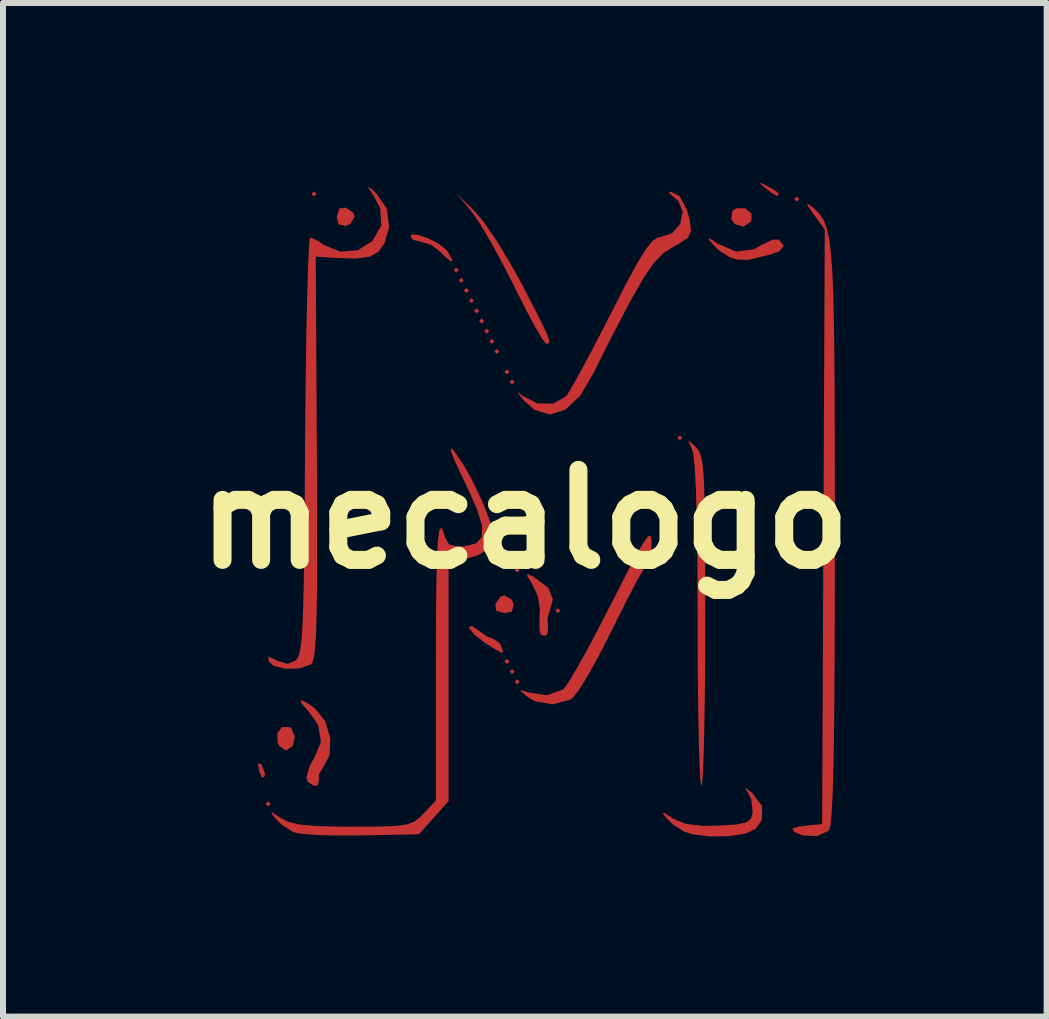
<source format=kicad_pcb>
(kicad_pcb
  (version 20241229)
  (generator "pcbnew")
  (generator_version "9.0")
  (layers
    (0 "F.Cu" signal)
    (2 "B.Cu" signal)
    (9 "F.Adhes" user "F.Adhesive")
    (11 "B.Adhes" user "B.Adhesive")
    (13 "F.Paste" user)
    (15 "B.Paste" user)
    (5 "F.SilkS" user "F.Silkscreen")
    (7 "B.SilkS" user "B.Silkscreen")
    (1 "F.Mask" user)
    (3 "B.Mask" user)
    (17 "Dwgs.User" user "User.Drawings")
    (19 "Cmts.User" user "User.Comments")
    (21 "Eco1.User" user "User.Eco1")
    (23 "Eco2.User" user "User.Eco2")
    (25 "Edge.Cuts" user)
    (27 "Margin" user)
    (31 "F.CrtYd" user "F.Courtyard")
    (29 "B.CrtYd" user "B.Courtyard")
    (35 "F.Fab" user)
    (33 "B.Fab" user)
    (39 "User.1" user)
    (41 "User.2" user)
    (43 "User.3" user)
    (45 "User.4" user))
  (footprint "mecalogo"
    (layer "F.Cu")
    (at 5.693 5.599)
    (property "Reference" "mecalogo" (at 0 0 0) (layer "F.SilkS") (effects (font (size 1.5 1.5) (thickness 0.3))))
    (attr board_only exclude_from_pos_files exclude_from_bom)
    (fp_poly (pts (xy -4.233 4.741) (xy -4.276 4.784) (xy -4.318 4.741) (xy -4.276 4.699)) (stroke (width 0) (type solid)) (fill yes) (layer "F.Cu"))
    (fp_poly (pts (xy -3.471 -5.419) (xy -3.514 -5.376) (xy -3.556 -5.419) (xy -3.514 -5.461)) (stroke (width 0) (type solid)) (fill yes) (layer "F.Cu"))
    (fp_poly (pts (xy -1.101 -4.149) (xy -1.143 -4.106) (xy -1.185 -4.149) (xy -1.143 -4.191)) (stroke (width 0) (type solid)) (fill yes) (layer "F.Cu"))
    (fp_poly (pts (xy -1.016 -3.979) (xy -1.058 -3.937) (xy -1.101 -3.979) (xy -1.058 -4.022)) (stroke (width 0) (type solid)) (fill yes) (layer "F.Cu"))
    (fp_poly (pts (xy -0.931 -3.81) (xy -0.974 -3.768) (xy -1.016 -3.81) (xy -0.974 -3.852)) (stroke (width 0) (type solid)) (fill yes) (layer "F.Cu"))
    (fp_poly (pts (xy -0.847 -3.641) (xy -0.889 -3.598) (xy -0.931 -3.641) (xy -0.889 -3.683)) (stroke (width 0) (type solid)) (fill yes) (layer "F.Cu"))
    (fp_poly (pts (xy -0.762 -3.471) (xy -0.804 -3.429) (xy -0.847 -3.471) (xy -0.804 -3.514)) (stroke (width 0) (type solid)) (fill yes) (layer "F.Cu"))
    (fp_poly (pts (xy -0.677 -3.302) (xy -0.72 -3.26) (xy -0.762 -3.302) (xy -0.72 -3.344)) (stroke (width 0) (type solid)) (fill yes) (layer "F.Cu"))
    (fp_poly (pts (xy -0.593 -3.133) (xy -0.635 -3.09) (xy -0.677 -3.133) (xy -0.635 -3.175)) (stroke (width 0) (type solid)) (fill yes) (layer "F.Cu"))
    (fp_poly (pts (xy -0.508 -2.963) (xy -0.55 -2.921) (xy -0.593 -2.963) (xy -0.55 -3.006)) (stroke (width 0) (type solid)) (fill yes) (layer "F.Cu"))
    (fp_poly (pts (xy -0.423 -2.794) (xy -0.466 -2.752) (xy -0.508 -2.794) (xy -0.466 -2.836)) (stroke (width 0) (type solid)) (fill yes) (layer "F.Cu"))
    (fp_poly (pts (xy -0.254 -2.455) (xy -0.296 -2.413) (xy -0.339 -2.455) (xy -0.296 -2.498)) (stroke (width 0) (type solid)) (fill yes) (layer "F.Cu"))
    (fp_poly (pts (xy -0.254 2.371) (xy -0.296 2.413) (xy -0.339 2.371) (xy -0.296 2.328)) (stroke (width 0) (type solid)) (fill yes) (layer "F.Cu"))
    (fp_poly (pts (xy -0.169 -2.286) (xy -0.212 -2.244) (xy -0.254 -2.286) (xy -0.212 -2.328)) (stroke (width 0) (type solid)) (fill yes) (layer "F.Cu"))
    (fp_poly (pts (xy -0.169 2.54) (xy -0.212 2.582) (xy -0.254 2.54) (xy -0.212 2.498)) (stroke (width 0) (type solid)) (fill yes) (layer "F.Cu"))
    (fp_poly (pts (xy -0.085 0.847) (xy -0.127 0.889) (xy -0.169 0.847) (xy -0.127 0.804)) (stroke (width 0) (type solid)) (fill yes) (layer "F.Cu"))
    (fp_poly (pts (xy -0.085 2.709) (xy -0.127 2.752) (xy -0.169 2.709) (xy -0.127 2.667)) (stroke (width 0) (type solid)) (fill yes) (layer "F.Cu"))
    (fp_poly (pts (xy 0.593 1.524) (xy 0.55 1.566) (xy 0.508 1.524) (xy 0.55 1.482)) (stroke (width 0) (type solid)) (fill yes) (layer "F.Cu"))
    (fp_poly (pts (xy 2.625 -1.355) (xy 2.582 -1.312) (xy 2.54 -1.355) (xy 2.582 -1.397)) (stroke (width 0) (type solid)) (fill yes) (layer "F.Cu"))
    (fp_poly (pts (xy 4.572 -5.334) (xy 4.53 -5.292) (xy 4.487 -5.334) (xy 4.53 -5.376)) (stroke (width 0) (type solid)) (fill yes) (layer "F.Cu"))
    (fp_poly (pts (xy -4.392 4.083) (xy -4.388 4.087) (xy -4.329 4.233) (xy -4.336 4.287) (xy -4.38 4.307) (xy -4.425 4.198) (xy -4.445 4.067)) (stroke (width 0) (type solid)) (fill yes) (layer "F.Cu"))
    (fp_poly (pts (xy -2.859 -5.107) (xy -2.836 -5.038) (xy -2.907 -4.918) (xy -2.985 -4.884) (xy -3.105 -4.914) (xy -3.133 -5.038) (xy -3.09 -5.177) (xy -2.985 -5.191)) (stroke (width 0) (type solid)) (fill yes) (layer "F.Cu"))
    (fp_poly (pts (xy -0.219 1.34) (xy -0.185 1.418) (xy -0.215 1.538) (xy -0.339 1.566) (xy -0.478 1.523) (xy -0.492 1.418) (xy -0.408 1.292) (xy -0.339 1.27)) (stroke (width 0) (type solid)) (fill yes) (layer "F.Cu"))
    (fp_poly (pts (xy 3.674 -5.178) (xy 3.778 -5.088) (xy 3.772 -4.96) (xy 3.642 -4.873) (xy 3.498 -4.915) (xy 3.439 -4.999) (xy 3.46 -5.136) (xy 3.521 -5.179)) (stroke (width 0) (type solid)) (fill yes) (layer "F.Cu"))
    (fp_poly (pts (xy 3.938 -5.597) (xy 4.043 -5.547) (xy 4.187 -5.464) (xy 4.233 -5.416) (xy 4.207 -5.38) (xy 4.105 -5.439) (xy 4.017 -5.508) (xy 3.908 -5.599)) (stroke (width 0) (type solid)) (fill yes) (layer "F.Cu"))
    (fp_poly (pts (xy -3.918 3.464) (xy -3.883 3.491) (xy -3.83 3.63) (xy -3.867 3.779) (xy -3.973 3.852) (xy -3.979 3.852) (xy -4.084 3.784) (xy -4.12 3.72) (xy -4.124 3.563) (xy -4.04 3.462)) (stroke (width 0) (type solid)) (fill yes) (layer "F.Cu"))
    (fp_poly (pts (xy -0.776 1.85) (xy -0.623 1.958) (xy -0.532 1.99) (xy -0.426 2.057) (xy -0.393 2.117) (xy -0.361 2.209) (xy -0.384 2.228) (xy -0.495 2.167) (xy -0.656 2.065) (xy -0.833 1.93) (xy -0.927 1.818) (xy -0.931 1.799) (xy -0.881 1.779)) (stroke (width 0) (type solid)) (fill yes) (layer "F.Cu"))
    (fp_poly (pts (xy -1.782 -4.737) (xy -1.619 -4.682) (xy -1.448 -4.596) (xy -1.317 -4.497) (xy -1.29 -4.465) (xy -1.206 -4.314) (xy -1.227 -4.287) (xy -1.343 -4.387) (xy -1.397 -4.445) (xy -1.566 -4.573) (xy -1.701 -4.614) (xy -1.854 -4.651) (xy -1.898 -4.688) (xy -1.891 -4.745)) (stroke (width 0) (type solid)) (fill yes) (layer "F.Cu"))
    (fp_poly (pts (xy 0.149 0.963) (xy 0.393 1.144) (xy 0.468 1.339) (xy 0.43 1.47) (xy 0.376 1.658) (xy 0.387 1.763) (xy 0.381 1.903) (xy 0.344 1.944) (xy 0.266 1.925) (xy 0.245 1.846) (xy 0.244 1.635) (xy 0.251 1.498) (xy 0.217 1.284) (xy 0.128 1.09) (xy 0.038 0.945) (xy 0.048 0.914)) (stroke (width 0) (type solid)) (fill yes) (layer "F.Cu"))
    (fp_poly (pts (xy 3.082 -4.678) (xy 3.215 -4.589) (xy 3.52 -4.458) (xy 3.814 -4.495) (xy 3.961 -4.577) (xy 4.128 -4.657) (xy 4.233 -4.657) (xy 4.315 -4.554) (xy 4.237 -4.461) (xy 4.085 -4.408) (xy 3.866 -4.355) (xy 3.725 -4.32) (xy 3.545 -4.324) (xy 3.426 -4.357) (xy 3.23 -4.481) (xy 3.13 -4.58) (xy 3.054 -4.68)) (stroke (width 0) (type solid)) (fill yes) (layer "F.Cu"))
    (fp_poly (pts (xy -3.613 3.07) (xy -3.49 3.158) (xy -3.323 3.371) (xy -3.24 3.648) (xy -3.251 3.923) (xy -3.341 4.103) (xy -3.432 4.255) (xy -3.432 4.355) (xy -3.448 4.432) (xy -3.509 4.445) (xy -3.619 4.376) (xy -3.638 4.297) (xy -3.586 4.113) (xy -3.511 3.984) (xy -3.396 3.71) (xy -3.443 3.426) (xy -3.594 3.213) (xy -3.726 3.062) (xy -3.729 3.013)) (stroke (width 0) (type solid)) (fill yes) (layer "F.Cu"))
    (fp_poly (pts (xy -0.828 -5.122) (xy -0.667 -4.927) (xy -0.46 -4.623) (xy -0.237 -4.254) (xy -0.051 -3.917) (xy 0.158 -3.514) (xy 0.298 -3.238) (xy 0.378 -3.064) (xy 0.409 -2.969) (xy 0.399 -2.929) (xy 0.359 -2.921) (xy 0.357 -2.921) (xy 0.296 -2.993) (xy 0.18 -3.188) (xy 0.024 -3.479) (xy -0.156 -3.835) (xy -0.172 -3.869) (xy -0.375 -4.267) (xy -0.578 -4.638) (xy -0.758 -4.939) (xy -0.883 -5.118) (xy -1.131 -5.419)) (stroke (width 0) (type solid)) (fill yes) (layer "F.Cu"))
    (fp_poly (pts (xy 3.726 4.51) (xy 3.79 4.564) (xy 3.953 4.781) (xy 3.951 5.004) (xy 3.846 5.159) (xy 3.679 5.236) (xy 3.408 5.28) (xy 3.096 5.286) (xy 2.803 5.252) (xy 2.664 5.211) (xy 2.467 5.086) (xy 2.368 4.99) (xy 2.293 4.893) (xy 2.321 4.892) (xy 2.468 4.985) (xy 2.673 5.074) (xy 2.954 5.109) (xy 3.23 5.105) (xy 3.525 5.086) (xy 3.69 5.051) (xy 3.768 4.986) (xy 3.795 4.885) (xy 3.772 4.667) (xy 3.712 4.546) (xy 3.663 4.471)) (stroke (width 0) (type solid)) (fill yes) (layer "F.Cu"))
    (fp_poly (pts (xy 2.756 -1.289) (xy 2.848 -1.203) (xy 2.891 -1.152) (xy 2.926 -1.08) (xy 2.953 -0.969) (xy 2.973 -0.801) (xy 2.987 -0.557) (xy 2.997 -0.219) (xy 3.002 0.23) (xy 3.005 0.809) (xy 3.006 1.535) (xy 3.006 1.697) (xy 3.004 2.36) (xy 2.998 2.965) (xy 2.99 3.493) (xy 2.979 3.923) (xy 2.966 4.237) (xy 2.952 4.413) (xy 2.942 4.445) (xy 2.927 4.364) (xy 2.913 4.133) (xy 2.9 3.773) (xy 2.891 3.304) (xy 2.883 2.745) (xy 2.879 2.118) (xy 2.879 1.73) (xy 2.876 0.836) (xy 2.867 0.108) (xy 2.852 -0.456) (xy 2.831 -0.857) (xy 2.804 -1.099) (xy 2.784 -1.17) (xy 2.724 -1.296)) (stroke (width 0) (type solid)) (fill yes) (layer "F.Cu"))
    (fp_poly (pts (xy 2.11 0.343) (xy 2.112 0.395) (xy 2.098 0.605) (xy 2.058 0.726) (xy 2.048 0.734) (xy 1.988 0.816) (xy 1.87 1.024) (xy 1.711 1.327) (xy 1.524 1.699) (xy 1.456 1.838) (xy 1.255 2.234) (xy 1.065 2.578) (xy 0.905 2.838) (xy 0.791 2.985) (xy 0.769 3.002) (xy 0.464 3.085) (xy 0.165 3.033) (xy 0.037 2.956) (xy -0.075 2.86) (xy -0.055 2.85) (xy 0.042 2.883) (xy 0.366 2.933) (xy 0.629 2.84) (xy 0.65 2.824) (xy 0.729 2.716) (xy 0.867 2.483) (xy 1.051 2.153) (xy 1.263 1.752) (xy 1.443 1.401) (xy 1.682 0.931) (xy 1.856 0.599) (xy 1.977 0.389) (xy 2.052 0.286) (xy 2.094 0.276)) (stroke (width 0) (type solid)) (fill yes) (layer "F.Cu"))
    (fp_poly (pts (xy 4.781 -5.207) (xy 4.86 -5.139) (xy 4.927 -5.064) (xy 4.984 -4.97) (xy 5.031 -4.843) (xy 5.069 -4.669) (xy 5.099 -4.436) (xy 5.122 -4.13) (xy 5.139 -3.738) (xy 5.15 -3.246) (xy 5.158 -2.641) (xy 5.162 -1.911) (xy 5.164 -1.041) (xy 5.165 -0.019) (xy 5.165 0.277) (xy 5.164 1.369) (xy 5.161 2.302) (xy 5.156 3.084) (xy 5.149 3.727) (xy 5.139 4.24) (xy 5.126 4.631) (xy 5.11 4.912) (xy 5.092 5.092) (xy 5.07 5.181) (xy 5.063 5.19) (xy 4.871 5.279) (xy 4.628 5.269) (xy 4.493 5.212) (xy 4.454 5.156) (xy 4.564 5.119) (xy 4.662 5.108) (xy 4.953 5.08) (xy 4.975 0.128) (xy 4.997 -4.825) (xy 4.811 -5.079) (xy 4.707 -5.229) (xy 4.708 -5.26)) (stroke (width 0) (type solid)) (fill yes) (layer "F.Cu"))
    (fp_poly (pts (xy 2.577 -5.382) (xy 2.7 -5.154) (xy 2.748 -4.979) (xy 2.77 -4.802) (xy 2.717 -4.688) (xy 2.553 -4.58) (xy 2.482 -4.543) (xy 2.307 -4.431) (xy 2.148 -4.267) (xy 1.978 -4.019) (xy 1.769 -3.652) (xy 1.756 -3.628) (xy 1.556 -3.249) (xy 1.361 -2.87) (xy 1.203 -2.552) (xy 1.152 -2.446) (xy 0.924 -2.059) (xy 0.674 -1.823) (xy 0.416 -1.743) (xy 0.158 -1.823) (xy -0.006 -1.968) (xy -0.115 -2.097) (xy -0.107 -2.109) (xy -0.036 -2.053) (xy 0.213 -1.928) (xy 0.473 -1.925) (xy 0.682 -2.044) (xy 0.691 -2.053) (xy 0.77 -2.177) (xy 0.908 -2.423) (xy 1.09 -2.762) (xy 1.301 -3.166) (xy 1.445 -3.449) (xy 1.692 -3.931) (xy 1.88 -4.277) (xy 2.023 -4.507) (xy 2.131 -4.64) (xy 2.218 -4.694) (xy 2.248 -4.698) (xy 2.457 -4.764) (xy 2.59 -4.923) (xy 2.63 -5.12) (xy 2.557 -5.303) (xy 2.477 -5.37) (xy 2.397 -5.438) (xy 2.424 -5.458)) (stroke (width 0) (type solid)) (fill yes) (layer "F.Cu"))
    (fp_poly (pts (xy -2.48 -5.435) (xy -2.3 -5.175) (xy -2.26 -4.86) (xy -2.338 -4.595) (xy -2.441 -4.451) (xy -2.591 -4.37) (xy -2.827 -4.341) (xy -3.189 -4.354) (xy -3.202 -4.355) (xy -3.483 -4.375) (xy -3.464 -1.015) (xy -3.461 -0.151) (xy -3.46 0.557) (xy -3.462 1.126) (xy -3.468 1.57) (xy -3.478 1.903) (xy -3.493 2.14) (xy -3.513 2.296) (xy -3.538 2.385) (xy -3.565 2.42) (xy -3.757 2.485) (xy -3.985 2.492) (xy -4.179 2.447) (xy -4.263 2.372) (xy -4.277 2.291) (xy -4.195 2.32) (xy -4.145 2.35) (xy -3.96 2.41) (xy -3.831 2.361) (xy -3.794 2.327) (xy -3.764 2.267) (xy -3.739 2.164) (xy -3.719 2.003) (xy -3.704 1.769) (xy -3.691 1.446) (xy -3.682 1.019) (xy -3.674 0.471) (xy -3.668 -0.212) (xy -3.662 -1.045) (xy -3.661 -1.216) (xy -3.655 -1.965) (xy -3.646 -2.659) (xy -3.636 -3.28) (xy -3.623 -3.81) (xy -3.61 -4.232) (xy -3.597 -4.527) (xy -3.583 -4.679) (xy -3.576 -4.696) (xy -3.467 -4.648) (xy -3.349 -4.569) (xy -3.076 -4.457) (xy -2.784 -4.48) (xy -2.543 -4.63) (xy -2.392 -4.892) (xy -2.408 -5.174) (xy -2.513 -5.379) (xy -2.606 -5.52) (xy -2.597 -5.534)) (stroke (width 0) (type solid)) (fill yes) (layer "F.Cu"))
    (fp_poly (pts (xy -1.185 -1.143) (xy -1.029 -0.919) (xy -0.863 -0.621) (xy -0.71 -0.298) (xy -0.59 0.004) (xy -0.527 0.235) (xy -0.524 0.313) (xy -0.598 0.485) (xy -0.781 0.602) (xy -1.037 0.674) (xy -1.27 0.723) (xy -1.27 2.71) (xy -1.27 4.696) (xy -1.517 4.973) (xy -1.764 5.249) (xy -2.723 5.269) (xy -3.126 5.27) (xy -3.478 5.26) (xy -3.739 5.239) (xy -3.855 5.215) (xy -4.052 5.087) (xy -4.152 4.988) (xy -4.228 4.888) (xy -4.2 4.889) (xy -4.066 4.978) (xy -3.936 5.044) (xy -3.751 5.087) (xy -3.477 5.112) (xy -3.082 5.122) (xy -2.875 5.122) (xy -2.451 5.121) (xy -2.163 5.111) (xy -1.973 5.087) (xy -1.848 5.042) (xy -1.751 4.969) (xy -1.687 4.904) (xy -1.482 4.685) (xy -1.482 2.406) (xy -1.48 1.663) (xy -1.474 1.079) (xy -1.463 0.645) (xy -1.447 0.35) (xy -1.424 0.185) (xy -1.394 0.141) (xy -1.357 0.207) (xy -1.329 0.302) (xy -1.26 0.423) (xy -1.11 0.457) (xy -1.001 0.45) (xy -0.812 0.404) (xy -0.716 0.297) (xy -0.712 0.109) (xy -0.801 -0.178) (xy -0.984 -0.584) (xy -1.015 -0.648) (xy -1.16 -0.954) (xy -1.231 -1.135) (xy -1.225 -1.182)) (stroke (width 0) (type solid)) (fill yes) (layer "F.Cu")))
  (gr_rect
    (start -3 -3)
    (end 14.386 13.885)
    (stroke (width 0.1) (type default))
    (fill no)
    (layer "Edge.Cuts")))
</source>
